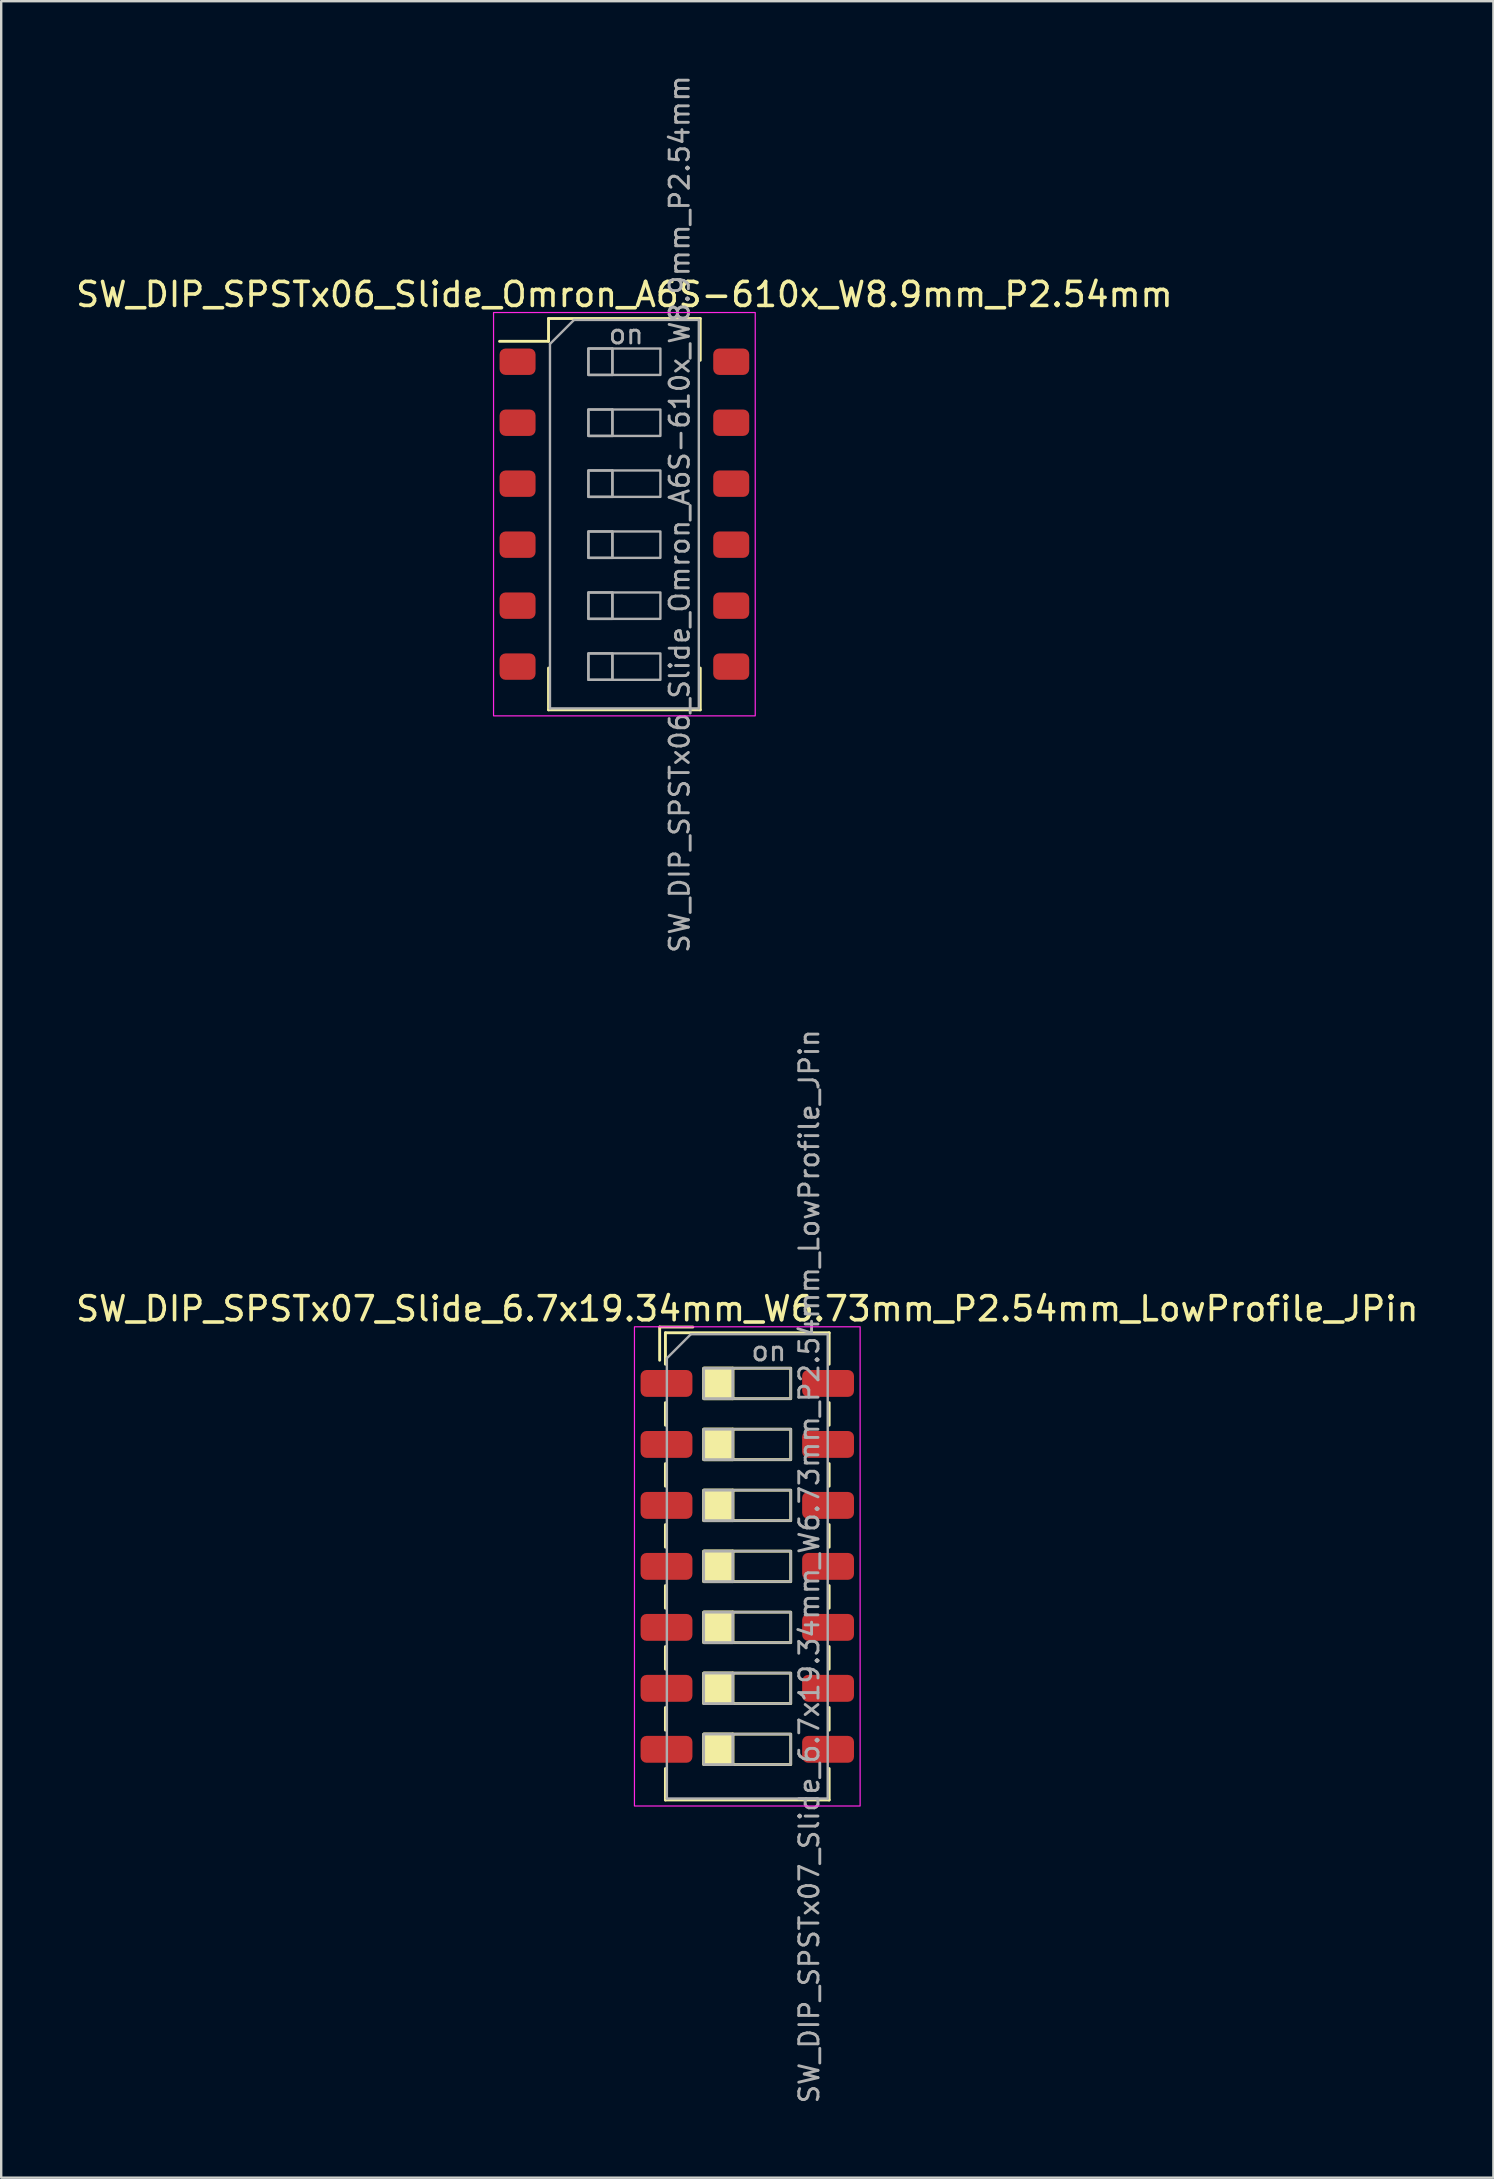
<source format=kicad_pcb>
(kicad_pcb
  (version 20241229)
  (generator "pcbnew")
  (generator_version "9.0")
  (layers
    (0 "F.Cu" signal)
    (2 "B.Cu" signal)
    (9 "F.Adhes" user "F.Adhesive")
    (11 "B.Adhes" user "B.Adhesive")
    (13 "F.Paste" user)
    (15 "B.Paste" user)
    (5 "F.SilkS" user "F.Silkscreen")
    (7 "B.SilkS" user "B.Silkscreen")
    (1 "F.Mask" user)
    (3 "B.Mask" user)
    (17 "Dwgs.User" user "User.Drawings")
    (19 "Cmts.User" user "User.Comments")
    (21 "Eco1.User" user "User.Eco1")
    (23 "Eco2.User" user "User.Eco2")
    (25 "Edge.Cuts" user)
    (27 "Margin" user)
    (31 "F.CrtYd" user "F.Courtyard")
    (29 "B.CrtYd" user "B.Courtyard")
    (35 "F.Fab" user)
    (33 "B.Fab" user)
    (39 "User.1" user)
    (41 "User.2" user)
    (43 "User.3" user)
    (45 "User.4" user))
  (footprint "SW_DIP_SPSTx07_Slide_6.7x19.34mm_W6.73mm_P2.54mm_LowProfile_JPin"
    (layer "F.Cu")
    (at 28.077 62.195)
    (property "Reference" "SW_DIP_SPSTx07_Slide_6.7x19.34mm_W6.73mm_P2.54mm_LowProfile_JPin" (at 0 -10.73 0) (layer "F.SilkS") (effects (font (size 1 1) (thickness 0.15))))
    (attr smd)
    (fp_line (start -3.65 -9.97) (end -3.65 -8.587) (stroke (width 0.12) (type solid)) (layer "F.SilkS"))
    (fp_line (start -3.65 -9.97) (end -2.267 -9.97) (stroke (width 0.12) (type solid)) (layer "F.SilkS"))
    (fp_line (start -3.41 -9.73) (end -3.41 -8.42) (stroke (width 0.12) (type solid)) (layer "F.SilkS"))
    (fp_line (start -3.41 -9.73) (end 3.41 -9.73) (stroke (width 0.12) (type solid)) (layer "F.SilkS"))
    (fp_line (start -3.41 -6.82) (end -3.41 -5.88) (stroke (width 0.12) (type solid)) (layer "F.SilkS"))
    (fp_line (start -3.41 -4.28) (end -3.41 -3.34) (stroke (width 0.12) (type solid)) (layer "F.SilkS"))
    (fp_line (start -3.41 -1.74) (end -3.41 -0.8) (stroke (width 0.12) (type solid)) (layer "F.SilkS"))
    (fp_line (start -3.41 0.8) (end -3.41 1.74) (stroke (width 0.12) (type solid)) (layer "F.SilkS"))
    (fp_line (start -3.41 3.34) (end -3.41 4.28) (stroke (width 0.12) (type solid)) (layer "F.SilkS"))
    (fp_line (start -3.41 5.88) (end -3.41 6.82) (stroke (width 0.12) (type solid)) (layer "F.SilkS"))
    (fp_line (start -3.41 8.42) (end -3.41 9.73) (stroke (width 0.12) (type solid)) (layer "F.SilkS"))
    (fp_line (start -3.41 9.73) (end 3.41 9.73) (stroke (width 0.12) (type solid)) (layer "F.SilkS"))
    (fp_line (start -0.603 -8.255) (end -0.603 -6.985) (stroke (width 0.12) (type solid)) (layer "F.SilkS"))
    (fp_line (start -0.603 -5.715) (end -0.603 -4.445) (stroke (width 0.12) (type solid)) (layer "F.SilkS"))
    (fp_line (start -0.603 -3.175) (end -0.603 -1.905) (stroke (width 0.12) (type solid)) (layer "F.SilkS"))
    (fp_line (start -0.603 -0.635) (end -0.603 0.635) (stroke (width 0.12) (type solid)) (layer "F.SilkS"))
    (fp_line (start -0.603 1.905) (end -0.603 3.175) (stroke (width 0.12) (type solid)) (layer "F.SilkS"))
    (fp_line (start -0.603 4.445) (end -0.603 5.715) (stroke (width 0.12) (type solid)) (layer "F.SilkS"))
    (fp_line (start -0.603 6.985) (end -0.603 8.255) (stroke (width 0.12) (type solid)) (layer "F.SilkS"))
    (fp_line (start 3.41 -9.73) (end 3.41 -8.42) (stroke (width 0.12) (type solid)) (layer "F.SilkS"))
    (fp_line (start 3.41 -6.82) (end 3.41 -5.88) (stroke (width 0.12) (type solid)) (layer "F.SilkS"))
    (fp_line (start 3.41 -4.28) (end 3.41 -3.34) (stroke (width 0.12) (type solid)) (layer "F.SilkS"))
    (fp_line (start 3.41 -1.74) (end 3.41 -0.8) (stroke (width 0.12) (type solid)) (layer "F.SilkS"))
    (fp_line (start 3.41 0.8) (end 3.41 1.74) (stroke (width 0.12) (type solid)) (layer "F.SilkS"))
    (fp_line (start 3.41 3.34) (end 3.41 4.28) (stroke (width 0.12) (type solid)) (layer "F.SilkS"))
    (fp_line (start 3.41 5.88) (end 3.41 6.82) (stroke (width 0.12) (type solid)) (layer "F.SilkS"))
    (fp_line (start 3.41 8.42) (end 3.41 9.73) (stroke (width 0.12) (type solid)) (layer "F.SilkS"))
    (fp_rect (start -1.81 -8.255) (end -0.603 -6.985) (stroke (width 0.12) (type solid)) (fill yes) (layer "F.SilkS"))
    (fp_rect (start -1.81 -8.255) (end 1.81 -6.985) (stroke (width 0.12) (type solid)) (fill no) (layer "F.SilkS"))
    (fp_rect (start -1.81 -5.715) (end -0.603 -4.445) (stroke (width 0.12) (type solid)) (fill yes) (layer "F.SilkS"))
    (fp_rect (start -1.81 -5.715) (end 1.81 -4.445) (stroke (width 0.12) (type solid)) (fill no) (layer "F.SilkS"))
    (fp_rect (start -1.81 -3.175) (end -0.603 -1.905) (stroke (width 0.12) (type solid)) (fill yes) (layer "F.SilkS"))
    (fp_rect (start -1.81 -3.175) (end 1.81 -1.905) (stroke (width 0.12) (type solid)) (fill no) (layer "F.SilkS"))
    (fp_rect (start -1.81 -0.635) (end -0.603 0.635) (stroke (width 0.12) (type solid)) (fill yes) (layer "F.SilkS"))
    (fp_rect (start -1.81 -0.635) (end 1.81 0.635) (stroke (width 0.12) (type solid)) (fill no) (layer "F.SilkS"))
    (fp_rect (start -1.81 1.905) (end -0.603 3.175) (stroke (width 0.12) (type solid)) (fill yes) (layer "F.SilkS"))
    (fp_rect (start -1.81 1.905) (end 1.81 3.175) (stroke (width 0.12) (type solid)) (fill no) (layer "F.SilkS"))
    (fp_rect (start -1.81 4.445) (end -0.603 5.715) (stroke (width 0.12) (type solid)) (fill yes) (layer "F.SilkS"))
    (fp_rect (start -1.81 4.445) (end 1.81 5.715) (stroke (width 0.12) (type solid)) (fill no) (layer "F.SilkS"))
    (fp_rect (start -1.81 6.985) (end -0.603 8.255) (stroke (width 0.12) (type solid)) (fill yes) (layer "F.SilkS"))
    (fp_rect (start -1.81 6.985) (end 1.81 8.255) (stroke (width 0.12) (type solid)) (fill no) (layer "F.SilkS"))
    (fp_rect (start -4.7 -9.98) (end 4.7 9.98) (stroke (width 0.05) (type solid)) (fill no) (layer "F.CrtYd"))
    (fp_line (start -3.35 -8.67) (end -2.35 -9.67) (stroke (width 0.1) (type solid)) (layer "F.Fab"))
    (fp_line (start -3.35 9.67) (end -3.35 -8.67) (stroke (width 0.1) (type solid)) (layer "F.Fab"))
    (fp_line (start -2.35 -9.67) (end 3.35 -9.67) (stroke (width 0.1) (type solid)) (layer "F.Fab"))
    (fp_line (start -0.603 -8.255) (end -0.603 -6.985) (stroke (width 0.1) (type solid)) (layer "F.Fab"))
    (fp_line (start -0.603 -5.715) (end -0.603 -4.445) (stroke (width 0.1) (type solid)) (layer "F.Fab"))
    (fp_line (start -0.603 -3.175) (end -0.603 -1.905) (stroke (width 0.1) (type solid)) (layer "F.Fab"))
    (fp_line (start -0.603 -0.635) (end -0.603 0.635) (stroke (width 0.1) (type solid)) (layer "F.Fab"))
    (fp_line (start -0.603 1.905) (end -0.603 3.175) (stroke (width 0.1) (type solid)) (layer "F.Fab"))
    (fp_line (start -0.603 4.445) (end -0.603 5.715) (stroke (width 0.1) (type solid)) (layer "F.Fab"))
    (fp_line (start -0.603 6.985) (end -0.603 8.255) (stroke (width 0.1) (type solid)) (layer "F.Fab"))
    (fp_line (start 3.35 -9.67) (end 3.35 9.67) (stroke (width 0.1) (type solid)) (layer "F.Fab"))
    (fp_line (start 3.35 9.67) (end -3.35 9.67) (stroke (width 0.1) (type solid)) (layer "F.Fab"))
    (fp_rect (start -1.81 -8.255) (end -0.603 -6.985) (stroke (width 0.1) (type solid)) (fill no) (layer "F.Fab"))
    (fp_rect (start -1.81 -8.255) (end 1.81 -6.985) (stroke (width 0.1) (type solid)) (fill no) (layer "F.Fab"))
    (fp_rect (start -1.81 -5.715) (end -0.603 -4.445) (stroke (width 0.1) (type solid)) (fill no) (layer "F.Fab"))
    (fp_rect (start -1.81 -5.715) (end 1.81 -4.445) (stroke (width 0.1) (type solid)) (fill no) (layer "F.Fab"))
    (fp_rect (start -1.81 -3.175) (end -0.603 -1.905) (stroke (width 0.1) (type solid)) (fill no) (layer "F.Fab"))
    (fp_rect (start -1.81 -3.175) (end 1.81 -1.905) (stroke (width 0.1) (type solid)) (fill no) (layer "F.Fab"))
    (fp_rect (start -1.81 -0.635) (end -0.603 0.635) (stroke (width 0.1) (type solid)) (fill no) (layer "F.Fab"))
    (fp_rect (start -1.81 -0.635) (end 1.81 0.635) (stroke (width 0.1) (type solid)) (fill no) (layer "F.Fab"))
    (fp_rect (start -1.81 1.905) (end -0.603 3.175) (stroke (width 0.1) (type solid)) (fill no) (layer "F.Fab"))
    (fp_rect (start -1.81 1.905) (end 1.81 3.175) (stroke (width 0.1) (type solid)) (fill no) (layer "F.Fab"))
    (fp_rect (start -1.81 4.445) (end -0.603 5.715) (stroke (width 0.1) (type solid)) (fill no) (layer "F.Fab"))
    (fp_rect (start -1.81 4.445) (end 1.81 5.715) (stroke (width 0.1) (type solid)) (fill no) (layer "F.Fab"))
    (fp_rect (start -1.81 6.985) (end -0.603 8.255) (stroke (width 0.1) (type solid)) (fill no) (layer "F.Fab"))
    (fp_rect (start -1.81 6.985) (end 1.81 8.255) (stroke (width 0.1) (type solid)) (fill no) (layer "F.Fab"))
    (fp_text user "${REFERENCE}" (at 2.58 0 90) (layer "F.Fab") (effects (font (size 0.8 0.8) (thickness 0.12))))
    (fp_text user "on" (at 0.897 -8.963 0) (layer "F.Fab") (effects (font (size 0.8 0.8) (thickness 0.12))))
    (pad "1" smd roundrect (at -3.365 -7.62) (size 2.16 1.12) (layers "F.Cu" "F.Mask" "F.Paste") (roundrect_rratio 0.223))
    (pad "2" smd roundrect (at -3.365 -5.08) (size 2.16 1.12) (layers "F.Cu" "F.Mask" "F.Paste") (roundrect_rratio 0.223))
    (pad "3" smd roundrect (at -3.365 -2.54) (size 2.16 1.12) (layers "F.Cu" "F.Mask" "F.Paste") (roundrect_rratio 0.223))
    (pad "4" smd roundrect (at -3.365 0) (size 2.16 1.12) (layers "F.Cu" "F.Mask" "F.Paste") (roundrect_rratio 0.223))
    (pad "5" smd roundrect (at -3.365 2.54) (size 2.16 1.12) (layers "F.Cu" "F.Mask" "F.Paste") (roundrect_rratio 0.223))
    (pad "6" smd roundrect (at -3.365 5.08) (size 2.16 1.12) (layers "F.Cu" "F.Mask" "F.Paste") (roundrect_rratio 0.223))
    (pad "7" smd roundrect (at -3.365 7.62) (size 2.16 1.12) (layers "F.Cu" "F.Mask" "F.Paste") (roundrect_rratio 0.223))
    (pad "8" smd roundrect (at 3.365 7.62) (size 2.16 1.12) (layers "F.Cu" "F.Mask" "F.Paste") (roundrect_rratio 0.223))
    (pad "9" smd roundrect (at 3.365 5.08) (size 2.16 1.12) (layers "F.Cu" "F.Mask" "F.Paste") (roundrect_rratio 0.223))
    (pad "10" smd roundrect (at 3.365 2.54) (size 2.16 1.12) (layers "F.Cu" "F.Mask" "F.Paste") (roundrect_rratio 0.223))
    (pad "11" smd roundrect (at 3.365 0) (size 2.16 1.12) (layers "F.Cu" "F.Mask" "F.Paste") (roundrect_rratio 0.223))
    (pad "12" smd roundrect (at 3.365 -2.54) (size 2.16 1.12) (layers "F.Cu" "F.Mask" "F.Paste") (roundrect_rratio 0.223))
    (pad "13" smd roundrect (at 3.365 -5.08) (size 2.16 1.12) (layers "F.Cu" "F.Mask" "F.Paste") (roundrect_rratio 0.223))
    (pad "14" smd roundrect (at 3.365 -7.62) (size 2.16 1.12) (layers "F.Cu" "F.Mask" "F.Paste") (roundrect_rratio 0.223)))
  (footprint "SW_DIP_SPSTx06_Slide_Omron_A6S-610x_W8.9mm_P2.54mm"
    (layer "F.Cu")
    (at 22.958 18.367)
    (property "Reference" "SW_DIP_SPSTx06_Slide_Omron_A6S-610x_W8.9mm_P2.54mm" (at 0 -9.15 0) (layer "F.SilkS") (effects (font (size 1 1) (thickness 0.15))))
    (attr smd)
    (fp_line (start -5.2 -7.2) (end -3.16 -7.2) (stroke (width 0.12) (type solid)) (layer "F.SilkS"))
    (fp_line (start -3.16 -8.15) (end -3.16 -7.2) (stroke (width 0.12) (type solid)) (layer "F.SilkS"))
    (fp_line (start -3.16 -8.15) (end 3.16 -8.15) (stroke (width 0.12) (type solid)) (layer "F.SilkS"))
    (fp_line (start -3.16 8.15) (end -3.16 6.41) (stroke (width 0.12) (type solid)) (layer "F.SilkS"))
    (fp_line (start -3.16 8.15) (end 3.16 8.15) (stroke (width 0.12) (type solid)) (layer "F.SilkS"))
    (fp_line (start 3.16 -8.15) (end 3.16 -6.41) (stroke (width 0.12) (type solid)) (layer "F.SilkS"))
    (fp_line (start 3.16 8.15) (end 3.16 6.41) (stroke (width 0.12) (type solid)) (layer "F.SilkS"))
    (fp_rect (start -5.45 -8.4) (end 5.45 8.4) (stroke (width 0.05) (type solid)) (fill no) (layer "F.CrtYd"))
    (fp_line (start -3.1 -7.09) (end -2.1 -8.09) (stroke (width 0.1) (type solid)) (layer "F.Fab"))
    (fp_line (start -3.1 8.09) (end -3.1 -7.09) (stroke (width 0.1) (type solid)) (layer "F.Fab"))
    (fp_line (start -2.1 -8.09) (end 3.1 -8.09) (stroke (width 0.1) (type solid)) (layer "F.Fab"))
    (fp_line (start -0.5 -6.9) (end -0.5 -5.8) (stroke (width 0.1) (type solid)) (layer "F.Fab"))
    (fp_line (start -0.5 -4.36) (end -0.5 -3.26) (stroke (width 0.1) (type solid)) (layer "F.Fab"))
    (fp_line (start -0.5 -1.82) (end -0.5 -0.72) (stroke (width 0.1) (type solid)) (layer "F.Fab"))
    (fp_line (start -0.5 0.72) (end -0.5 1.82) (stroke (width 0.1) (type solid)) (layer "F.Fab"))
    (fp_line (start -0.5 3.26) (end -0.5 4.36) (stroke (width 0.1) (type solid)) (layer "F.Fab"))
    (fp_line (start -0.5 5.8) (end -0.5 6.9) (stroke (width 0.1) (type solid)) (layer "F.Fab"))
    (fp_line (start 3.1 -8.09) (end 3.1 8.09) (stroke (width 0.1) (type solid)) (layer "F.Fab"))
    (fp_line (start 3.1 8.09) (end -3.1 8.09) (stroke (width 0.1) (type solid)) (layer "F.Fab"))
    (fp_rect (start -1.5 -6.9) (end -0.5 -5.8) (stroke (width 0.1) (type solid)) (fill no) (layer "F.Fab"))
    (fp_rect (start -1.5 -6.9) (end 1.5 -5.8) (stroke (width 0.1) (type solid)) (fill no) (layer "F.Fab"))
    (fp_rect (start -1.5 -4.36) (end -0.5 -3.26) (stroke (width 0.1) (type solid)) (fill no) (layer "F.Fab"))
    (fp_rect (start -1.5 -4.36) (end 1.5 -3.26) (stroke (width 0.1) (type solid)) (fill no) (layer "F.Fab"))
    (fp_rect (start -1.5 -1.82) (end -0.5 -0.72) (stroke (width 0.1) (type solid)) (fill no) (layer "F.Fab"))
    (fp_rect (start -1.5 -1.82) (end 1.5 -0.72) (stroke (width 0.1) (type solid)) (fill no) (layer "F.Fab"))
    (fp_rect (start -1.5 0.72) (end -0.5 1.82) (stroke (width 0.1) (type solid)) (fill no) (layer "F.Fab"))
    (fp_rect (start -1.5 0.72) (end 1.5 1.82) (stroke (width 0.1) (type solid)) (fill no) (layer "F.Fab"))
    (fp_rect (start -1.5 3.26) (end -0.5 4.36) (stroke (width 0.1) (type solid)) (fill no) (layer "F.Fab"))
    (fp_rect (start -1.5 3.26) (end 1.5 4.36) (stroke (width 0.1) (type solid)) (fill no) (layer "F.Fab"))
    (fp_rect (start -1.5 5.8) (end -0.5 6.9) (stroke (width 0.1) (type solid)) (fill no) (layer "F.Fab"))
    (fp_rect (start -1.5 5.8) (end 1.5 6.9) (stroke (width 0.1) (type solid)) (fill no) (layer "F.Fab"))
    (fp_text user "on" (at 0.075 -7.495 0) (layer "F.Fab") (effects (font (size 0.8 0.8) (thickness 0.12))))
    (fp_text user "${REFERENCE}" (at 2.3 0 90) (layer "F.Fab") (effects (font (size 0.8 0.8) (thickness 0.12))))
    (pad "1" smd roundrect (at -4.45 -6.35) (size 1.5 1.1) (layers "F.Cu" "F.Mask" "F.Paste") (roundrect_rratio 0.227))
    (pad "2" smd roundrect (at -4.45 -3.81) (size 1.5 1.1) (layers "F.Cu" "F.Mask" "F.Paste") (roundrect_rratio 0.227))
    (pad "3" smd roundrect (at -4.45 -1.27) (size 1.5 1.1) (layers "F.Cu" "F.Mask" "F.Paste") (roundrect_rratio 0.227))
    (pad "4" smd roundrect (at -4.45 1.27) (size 1.5 1.1) (layers "F.Cu" "F.Mask" "F.Paste") (roundrect_rratio 0.227))
    (pad "5" smd roundrect (at -4.45 3.81) (size 1.5 1.1) (layers "F.Cu" "F.Mask" "F.Paste") (roundrect_rratio 0.227))
    (pad "6" smd roundrect (at -4.45 6.35) (size 1.5 1.1) (layers "F.Cu" "F.Mask" "F.Paste") (roundrect_rratio 0.227))
    (pad "7" smd roundrect (at 4.45 6.35) (size 1.5 1.1) (layers "F.Cu" "F.Mask" "F.Paste") (roundrect_rratio 0.227))
    (pad "8" smd roundrect (at 4.45 3.81) (size 1.5 1.1) (layers "F.Cu" "F.Mask" "F.Paste") (roundrect_rratio 0.227))
    (pad "9" smd roundrect (at 4.45 1.27) (size 1.5 1.1) (layers "F.Cu" "F.Mask" "F.Paste") (roundrect_rratio 0.227))
    (pad "10" smd roundrect (at 4.45 -1.27) (size 1.5 1.1) (layers "F.Cu" "F.Mask" "F.Paste") (roundrect_rratio 0.227))
    (pad "11" smd roundrect (at 4.45 -3.81) (size 1.5 1.1) (layers "F.Cu" "F.Mask" "F.Paste") (roundrect_rratio 0.227))
    (pad "12" smd roundrect (at 4.45 -6.35) (size 1.5 1.1) (layers "F.Cu" "F.Mask" "F.Paste") (roundrect_rratio 0.227)))
  (gr_rect
    (start -3 -3)
    (end 59.155 87.657)
    (stroke (width 0.1) (type default))
    (fill no)
    (layer "Edge.Cuts")))
</source>
